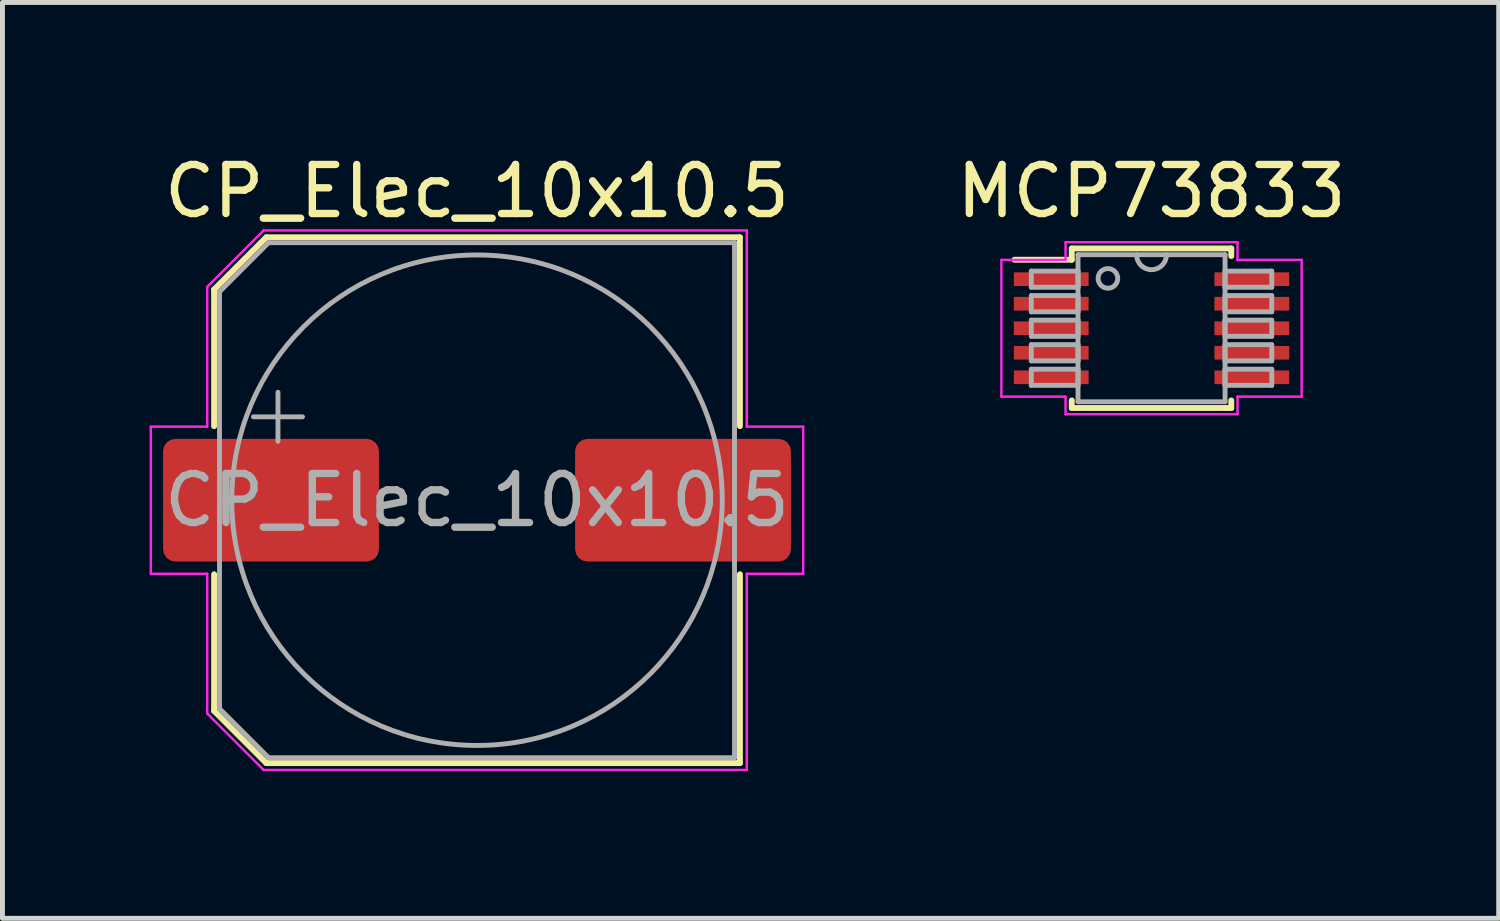
<source format=kicad_pcb>
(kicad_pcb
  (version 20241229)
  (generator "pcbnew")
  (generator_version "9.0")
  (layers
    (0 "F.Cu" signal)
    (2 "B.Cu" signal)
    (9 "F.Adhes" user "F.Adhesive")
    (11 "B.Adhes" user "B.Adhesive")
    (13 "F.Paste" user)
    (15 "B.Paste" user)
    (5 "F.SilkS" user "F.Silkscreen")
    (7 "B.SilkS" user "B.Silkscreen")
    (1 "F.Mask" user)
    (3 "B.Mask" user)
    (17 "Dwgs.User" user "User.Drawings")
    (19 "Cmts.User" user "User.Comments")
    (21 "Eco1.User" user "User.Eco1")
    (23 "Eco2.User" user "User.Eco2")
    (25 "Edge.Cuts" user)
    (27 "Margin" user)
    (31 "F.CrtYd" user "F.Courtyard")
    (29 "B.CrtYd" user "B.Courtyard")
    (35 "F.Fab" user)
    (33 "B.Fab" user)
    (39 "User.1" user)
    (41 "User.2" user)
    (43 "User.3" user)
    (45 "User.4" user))
  (footprint "MCP73833"
    (layer "F.Cu")
    (at 20.427 3.642)
    (property "Reference" "MCP73833" (at 0 -2.794 0) (layer "F.SilkS") (effects (font (size 1 1) (thickness 0.15))))
    (attr smd)
    (fp_line (start -1.626 -1.626) (end -1.626 -1.397) (stroke (width 0.12) (type solid)) (layer "F.SilkS"))
    (fp_line (start -1.626 -1.397) (end -2.794 -1.397) (stroke (width 0.12) (type solid)) (layer "F.SilkS"))
    (fp_line (start -1.626 1.472) (end -1.626 1.626) (stroke (width 0.12) (type solid)) (layer "F.SilkS"))
    (fp_line (start -1.626 1.626) (end 1.626 1.626) (stroke (width 0.12) (type solid)) (layer "F.SilkS"))
    (fp_line (start 1.626 -1.626) (end -1.626 -1.626) (stroke (width 0.12) (type solid)) (layer "F.SilkS"))
    (fp_line (start 1.626 -1.472) (end 1.626 -1.626) (stroke (width 0.12) (type solid)) (layer "F.SilkS"))
    (fp_line (start 1.626 1.626) (end 1.626 1.472) (stroke (width 0.12) (type solid)) (layer "F.SilkS"))
    (fp_line (start -3.061 -1.394) (end -1.753 -1.394) (stroke (width 0.05) (type solid)) (layer "F.CrtYd"))
    (fp_line (start -3.061 1.394) (end -3.061 -1.394) (stroke (width 0.05) (type solid)) (layer "F.CrtYd"))
    (fp_line (start -1.753 -1.753) (end 1.753 -1.753) (stroke (width 0.05) (type solid)) (layer "F.CrtYd"))
    (fp_line (start -1.753 -1.394) (end -1.753 -1.753) (stroke (width 0.05) (type solid)) (layer "F.CrtYd"))
    (fp_line (start -1.753 1.394) (end -3.061 1.394) (stroke (width 0.05) (type solid)) (layer "F.CrtYd"))
    (fp_line (start -1.753 1.753) (end -1.753 1.394) (stroke (width 0.05) (type solid)) (layer "F.CrtYd"))
    (fp_line (start 1.753 -1.753) (end 1.753 -1.394) (stroke (width 0.05) (type solid)) (layer "F.CrtYd"))
    (fp_line (start 1.753 -1.394) (end 3.061 -1.394) (stroke (width 0.05) (type solid)) (layer "F.CrtYd"))
    (fp_line (start 1.753 1.394) (end 1.753 1.753) (stroke (width 0.05) (type solid)) (layer "F.CrtYd"))
    (fp_line (start 1.753 1.753) (end -1.753 1.753) (stroke (width 0.05) (type solid)) (layer "F.CrtYd"))
    (fp_line (start 3.061 -1.394) (end 3.061 1.394) (stroke (width 0.05) (type solid)) (layer "F.CrtYd"))
    (fp_line (start 3.061 1.394) (end 1.753 1.394) (stroke (width 0.05) (type solid)) (layer "F.CrtYd"))
    (fp_line (start -2.451 -1.165) (end -2.451 -0.835) (stroke (width 0.1) (type solid)) (layer "F.Fab"))
    (fp_line (start -2.451 -0.835) (end -1.499 -0.835) (stroke (width 0.1) (type solid)) (layer "F.Fab"))
    (fp_line (start -2.451 -0.665) (end -2.451 -0.335) (stroke (width 0.1) (type solid)) (layer "F.Fab"))
    (fp_line (start -2.451 -0.335) (end -1.499 -0.335) (stroke (width 0.1) (type solid)) (layer "F.Fab"))
    (fp_line (start -2.451 -0.165) (end -2.451 0.165) (stroke (width 0.1) (type solid)) (layer "F.Fab"))
    (fp_line (start -2.451 0.165) (end -1.499 0.165) (stroke (width 0.1) (type solid)) (layer "F.Fab"))
    (fp_line (start -2.451 0.335) (end -2.451 0.665) (stroke (width 0.1) (type solid)) (layer "F.Fab"))
    (fp_line (start -2.451 0.665) (end -1.499 0.665) (stroke (width 0.1) (type solid)) (layer "F.Fab"))
    (fp_line (start -2.451 0.835) (end -2.451 1.165) (stroke (width 0.1) (type solid)) (layer "F.Fab"))
    (fp_line (start -2.451 1.165) (end -1.499 1.165) (stroke (width 0.1) (type solid)) (layer "F.Fab"))
    (fp_line (start -1.499 -1.499) (end -1.499 1.499) (stroke (width 0.1) (type solid)) (layer "F.Fab"))
    (fp_line (start -1.499 -1.165) (end -2.451 -1.165) (stroke (width 0.1) (type solid)) (layer "F.Fab"))
    (fp_line (start -1.499 -0.835) (end -1.499 -1.165) (stroke (width 0.1) (type solid)) (layer "F.Fab"))
    (fp_line (start -1.499 -0.665) (end -2.451 -0.665) (stroke (width 0.1) (type solid)) (layer "F.Fab"))
    (fp_line (start -1.499 -0.335) (end -1.499 -0.665) (stroke (width 0.1) (type solid)) (layer "F.Fab"))
    (fp_line (start -1.499 -0.165) (end -2.451 -0.165) (stroke (width 0.1) (type solid)) (layer "F.Fab"))
    (fp_line (start -1.499 0.165) (end -1.499 -0.165) (stroke (width 0.1) (type solid)) (layer "F.Fab"))
    (fp_line (start -1.499 0.335) (end -2.451 0.335) (stroke (width 0.1) (type solid)) (layer "F.Fab"))
    (fp_line (start -1.499 0.665) (end -1.499 0.335) (stroke (width 0.1) (type solid)) (layer "F.Fab"))
    (fp_line (start -1.499 0.835) (end -2.451 0.835) (stroke (width 0.1) (type solid)) (layer "F.Fab"))
    (fp_line (start -1.499 1.165) (end -1.499 0.835) (stroke (width 0.1) (type solid)) (layer "F.Fab"))
    (fp_line (start -1.499 1.499) (end 1.499 1.499) (stroke (width 0.1) (type solid)) (layer "F.Fab"))
    (fp_line (start 1.499 -1.499) (end -1.499 -1.499) (stroke (width 0.1) (type solid)) (layer "F.Fab"))
    (fp_line (start 1.499 -1.165) (end 1.499 -0.835) (stroke (width 0.1) (type solid)) (layer "F.Fab"))
    (fp_line (start 1.499 -0.835) (end 2.451 -0.835) (stroke (width 0.1) (type solid)) (layer "F.Fab"))
    (fp_line (start 1.499 -0.665) (end 1.499 -0.335) (stroke (width 0.1) (type solid)) (layer "F.Fab"))
    (fp_line (start 1.499 -0.335) (end 2.451 -0.335) (stroke (width 0.1) (type solid)) (layer "F.Fab"))
    (fp_line (start 1.499 -0.165) (end 1.499 0.165) (stroke (width 0.1) (type solid)) (layer "F.Fab"))
    (fp_line (start 1.499 0.165) (end 2.451 0.165) (stroke (width 0.1) (type solid)) (layer "F.Fab"))
    (fp_line (start 1.499 0.335) (end 1.499 0.665) (stroke (width 0.1) (type solid)) (layer "F.Fab"))
    (fp_line (start 1.499 0.665) (end 2.451 0.665) (stroke (width 0.1) (type solid)) (layer "F.Fab"))
    (fp_line (start 1.499 0.835) (end 1.499 1.165) (stroke (width 0.1) (type solid)) (layer "F.Fab"))
    (fp_line (start 1.499 1.165) (end 2.451 1.165) (stroke (width 0.1) (type solid)) (layer "F.Fab"))
    (fp_line (start 1.499 1.499) (end 1.499 -1.499) (stroke (width 0.1) (type solid)) (layer "F.Fab"))
    (fp_line (start 2.451 -1.165) (end 1.499 -1.165) (stroke (width 0.1) (type solid)) (layer "F.Fab"))
    (fp_line (start 2.451 -0.835) (end 2.451 -1.165) (stroke (width 0.1) (type solid)) (layer "F.Fab"))
    (fp_line (start 2.451 -0.665) (end 1.499 -0.665) (stroke (width 0.1) (type solid)) (layer "F.Fab"))
    (fp_line (start 2.451 -0.335) (end 2.451 -0.665) (stroke (width 0.1) (type solid)) (layer "F.Fab"))
    (fp_line (start 2.451 -0.165) (end 1.499 -0.165) (stroke (width 0.1) (type solid)) (layer "F.Fab"))
    (fp_line (start 2.451 0.165) (end 2.451 -0.165) (stroke (width 0.1) (type solid)) (layer "F.Fab"))
    (fp_line (start 2.451 0.335) (end 1.499 0.335) (stroke (width 0.1) (type solid)) (layer "F.Fab"))
    (fp_line (start 2.451 0.665) (end 2.451 0.335) (stroke (width 0.1) (type solid)) (layer "F.Fab"))
    (fp_line (start 2.451 0.835) (end 1.499 0.835) (stroke (width 0.1) (type solid)) (layer "F.Fab"))
    (fp_line (start 2.451 1.165) (end 2.451 0.835) (stroke (width 0.1) (type solid)) (layer "F.Fab"))
    (fp_arc (start 0.3048 -1.4986) (mid 0 -1.1938) (end -0.3048 -1.4986) (stroke (width 0.1) (type solid)) (layer "F.Fab"))
    (fp_circle (center -0.889 -1.016) (end -0.689 -1.016) (stroke (width 0.1) (type solid)) (fill no) (layer "F.Fab"))
    (pad "1" smd rect (at -2.045 -1) (size 1.524 0.279) (layers "F.Cu" "F.Mask" "F.Paste"))
    (pad "2" smd rect (at -2.045 -0.5) (size 1.524 0.279) (layers "F.Cu" "F.Mask" "F.Paste"))
    (pad "3" smd rect (at -2.045 0) (size 1.524 0.279) (layers "F.Cu" "F.Mask" "F.Paste"))
    (pad "4" smd rect (at -2.045 0.5) (size 1.524 0.279) (layers "F.Cu" "F.Mask" "F.Paste"))
    (pad "5" smd rect (at -2.045 1) (size 1.524 0.279) (layers "F.Cu" "F.Mask" "F.Paste"))
    (pad "6" smd rect (at 2.045 1) (size 1.524 0.279) (layers "F.Cu" "F.Mask" "F.Paste"))
    (pad "7" smd rect (at 2.045 0.5) (size 1.524 0.279) (layers "F.Cu" "F.Mask" "F.Paste"))
    (pad "8" smd rect (at 2.045 0) (size 1.524 0.279) (layers "F.Cu" "F.Mask" "F.Paste"))
    (pad "9" smd rect (at 2.045 -0.5) (size 1.524 0.279) (layers "F.Cu" "F.Mask" "F.Paste"))
    (pad "10" smd rect (at 2.045 -1) (size 1.524 0.279) (layers "F.Cu" "F.Mask" "F.Paste")))
  (footprint "CP_Elec_10x10.5"
    (layer "F.Cu")
    (at 6.675 7.148)
    (property "Reference" "CP_Elec_10x10.5" (at 0 -6.3 0) (layer "F.SilkS") (effects (font (size 1 1) (thickness 0.15))))
    (attr smd)
    (fp_line (start -5.36 -4.296) (end -5.36 -1.51) (stroke (width 0.12) (type solid)) (layer "F.SilkS"))
    (fp_line (start -5.36 -4.296) (end -4.296 -5.36) (stroke (width 0.12) (type solid)) (layer "F.SilkS"))
    (fp_line (start -5.36 4.296) (end -5.36 1.51) (stroke (width 0.12) (type solid)) (layer "F.SilkS"))
    (fp_line (start -5.36 4.296) (end -4.296 5.36) (stroke (width 0.12) (type solid)) (layer "F.SilkS"))
    (fp_line (start -4.296 -5.36) (end 5.36 -5.36) (stroke (width 0.12) (type solid)) (layer "F.SilkS"))
    (fp_line (start -4.296 5.36) (end 5.36 5.36) (stroke (width 0.12) (type solid)) (layer "F.SilkS"))
    (fp_line (start 5.36 -5.36) (end 5.36 -1.51) (stroke (width 0.12) (type solid)) (layer "F.SilkS"))
    (fp_line (start 5.36 5.36) (end 5.36 1.51) (stroke (width 0.12) (type solid)) (layer "F.SilkS"))
    (fp_line (start -6.65 -1.5) (end -6.65 1.5) (stroke (width 0.05) (type solid)) (layer "F.CrtYd"))
    (fp_line (start -6.65 1.5) (end -5.5 1.5) (stroke (width 0.05) (type solid)) (layer "F.CrtYd"))
    (fp_line (start -5.5 -4.35) (end -5.5 -1.5) (stroke (width 0.05) (type solid)) (layer "F.CrtYd"))
    (fp_line (start -5.5 -4.35) (end -4.35 -5.5) (stroke (width 0.05) (type solid)) (layer "F.CrtYd"))
    (fp_line (start -5.5 -1.5) (end -6.65 -1.5) (stroke (width 0.05) (type solid)) (layer "F.CrtYd"))
    (fp_line (start -5.5 1.5) (end -5.5 4.35) (stroke (width 0.05) (type solid)) (layer "F.CrtYd"))
    (fp_line (start -5.5 4.35) (end -4.35 5.5) (stroke (width 0.05) (type solid)) (layer "F.CrtYd"))
    (fp_line (start -4.35 -5.5) (end 5.5 -5.5) (stroke (width 0.05) (type solid)) (layer "F.CrtYd"))
    (fp_line (start -4.35 5.5) (end 5.5 5.5) (stroke (width 0.05) (type solid)) (layer "F.CrtYd"))
    (fp_line (start 5.5 -5.5) (end 5.5 -1.5) (stroke (width 0.05) (type solid)) (layer "F.CrtYd"))
    (fp_line (start 5.5 -1.5) (end 6.65 -1.5) (stroke (width 0.05) (type solid)) (layer "F.CrtYd"))
    (fp_line (start 5.5 1.5) (end 5.5 5.5) (stroke (width 0.05) (type solid)) (layer "F.CrtYd"))
    (fp_line (start 6.65 -1.5) (end 6.65 1.5) (stroke (width 0.05) (type solid)) (layer "F.CrtYd"))
    (fp_line (start 6.65 1.5) (end 5.5 1.5) (stroke (width 0.05) (type solid)) (layer "F.CrtYd"))
    (fp_line (start -5.25 -4.25) (end -5.25 4.25) (stroke (width 0.1) (type solid)) (layer "F.Fab"))
    (fp_line (start -5.25 -4.25) (end -4.25 -5.25) (stroke (width 0.1) (type solid)) (layer "F.Fab"))
    (fp_line (start -5.25 4.25) (end -4.25 5.25) (stroke (width 0.1) (type solid)) (layer "F.Fab"))
    (fp_line (start -4.558 -1.7) (end -3.558 -1.7) (stroke (width 0.1) (type solid)) (layer "F.Fab"))
    (fp_line (start -4.25 -5.25) (end 5.25 -5.25) (stroke (width 0.1) (type solid)) (layer "F.Fab"))
    (fp_line (start -4.25 5.25) (end 5.25 5.25) (stroke (width 0.1) (type solid)) (layer "F.Fab"))
    (fp_line (start -4.058 -2.2) (end -4.058 -1.2) (stroke (width 0.1) (type solid)) (layer "F.Fab"))
    (fp_line (start 5.25 -5.25) (end 5.25 5.25) (stroke (width 0.1) (type solid)) (layer "F.Fab"))
    (fp_circle (center 0 0) (end 5 0) (stroke (width 0.1) (type solid)) (fill no) (layer "F.Fab"))
    (fp_text user "${REFERENCE}" (at 0 0 0) (layer "F.Fab") (effects (font (size 1 1) (thickness 0.15))))
    (pad "1" smd roundrect (at -4.2 0) (size 4.4 2.5) (layers "F.Cu" "F.Mask" "F.Paste") (roundrect_rratio 0.1))
    (pad "2" smd roundrect (at 4.2 0) (size 4.4 2.5) (layers "F.Cu" "F.Mask" "F.Paste") (roundrect_rratio 0.1)))
  (gr_rect
    (start -3 -3)
    (end 27.505 15.673)
    (stroke (width 0.1) (type default))
    (fill no)
    (layer "Edge.Cuts")))
</source>
